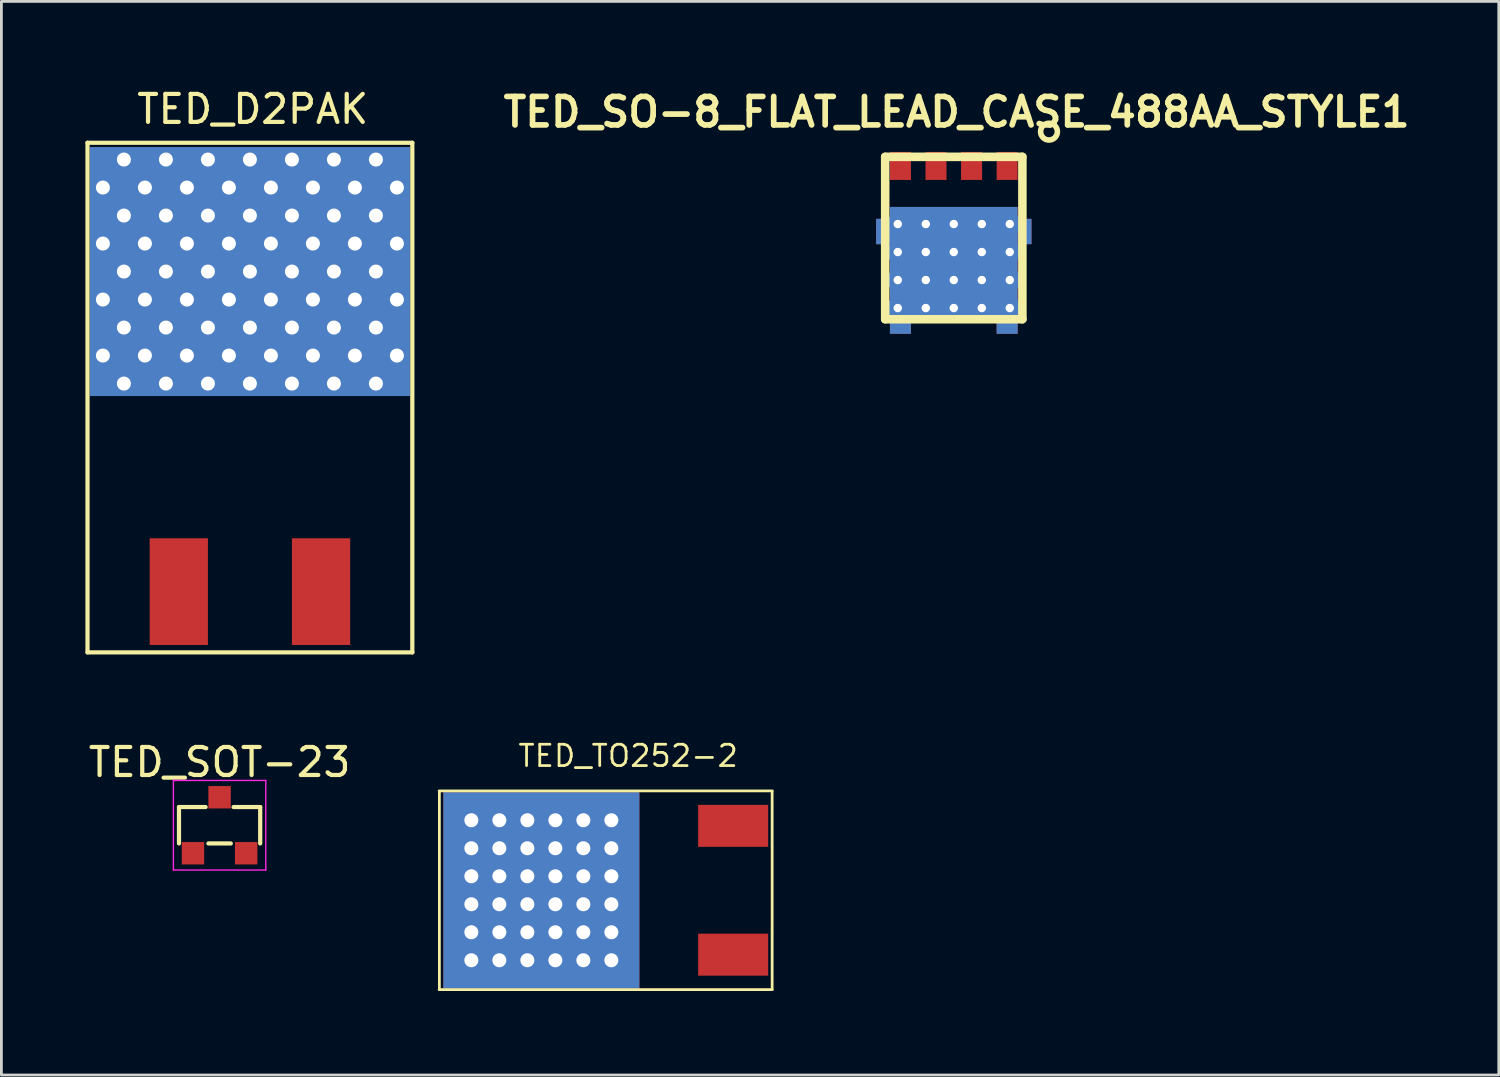
<source format=kicad_pcb>
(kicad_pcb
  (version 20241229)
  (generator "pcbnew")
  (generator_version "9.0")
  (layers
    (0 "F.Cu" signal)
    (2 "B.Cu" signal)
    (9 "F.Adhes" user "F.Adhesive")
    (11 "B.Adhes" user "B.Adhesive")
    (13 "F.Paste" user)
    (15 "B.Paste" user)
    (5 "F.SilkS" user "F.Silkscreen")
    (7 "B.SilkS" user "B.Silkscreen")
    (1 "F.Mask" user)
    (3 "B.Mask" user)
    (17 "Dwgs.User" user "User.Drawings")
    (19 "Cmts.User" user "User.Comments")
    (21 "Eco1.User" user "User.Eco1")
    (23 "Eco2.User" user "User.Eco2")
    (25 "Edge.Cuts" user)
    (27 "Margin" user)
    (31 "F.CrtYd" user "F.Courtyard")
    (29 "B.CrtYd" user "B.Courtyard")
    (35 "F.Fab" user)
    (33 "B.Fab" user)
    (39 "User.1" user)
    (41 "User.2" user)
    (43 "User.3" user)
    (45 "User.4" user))
  (footprint "TED_SO-8_FLAT_LEAD_CASE_488AA_STYLE1"
    (layer "F.Cu")
    (at 31.012 5.451)
    (property "Reference" "TED_SO-8_FLAT_LEAD_CASE_488AA_STYLE1" (at 0.1 -4.5 0) (layer "F.SilkS") (effects (font (size 1.016 1.016) (thickness 0.203))))
    (attr through_hole)
    (fp_line (start -2.45 -2.9) (end -2.45 2.9) (stroke (width 0.305) (type solid)) (layer "F.SilkS"))
    (fp_line (start -2.45 -2.9) (end 2.45 -2.9) (stroke (width 0.305) (type solid)) (layer "F.SilkS"))
    (fp_line (start -2.45 2.9) (end 2.45 2.9) (stroke (width 0.305) (type solid)) (layer "F.SilkS"))
    (fp_line (start 2.45 2.9) (end 2.45 -2.9) (stroke (width 0.305) (type solid)) (layer "F.SilkS"))
    (fp_circle (center 3.4 -3.8) (end 3.4 -3.5) (stroke (width 0.2) (type solid)) (fill no) (layer "F.SilkS"))
    (pad "1" smd rect (at -1.905 -2.575) (size 0.75 1) (layers "F.Cu" "F.Mask" "F.Paste"))
    (pad "2" smd rect (at -0.635 -2.575) (size 0.75 1) (layers "F.Cu" "F.Mask" "F.Paste"))
    (pad "2" smd rect (at 0.635 -2.575) (size 0.75 1) (layers "F.Cu" "F.Mask" "F.Paste"))
    (pad "2" smd rect (at 1.905 -2.575) (size 0.75 1) (layers "F.Cu" "F.Mask" "F.Paste"))
    (pad "3" smd rect (at -2.527 -0.233) (size 0.495 0.905) (layers "F.Cu" "F.Mask" "F.Paste"))
    (pad "3" smd rect (at -2.527 -0.233) (size 0.495 0.905) (layers "F.Mask" "B.Cu" "F.Paste"))
    (pad "3" thru_hole circle (at -2 -0.5) (size 0.78 0.78) (drill 0.3) (layers "*.Cu" "*.Mask"))
    (pad "3" thru_hole circle (at -2 0.5) (size 0.78 0.78) (drill 0.3) (layers "*.Cu" "*.Mask"))
    (pad "3" thru_hole circle (at -2 1.5) (size 0.78 0.78) (drill 0.3) (layers "*.Cu" "*.Mask"))
    (pad "3" thru_hole circle (at -2 2.5) (size 0.78 0.78) (drill 0.3) (layers "*.Cu" "*.Mask"))
    (pad "3" smd rect (at -1.905 3.183) (size 0.75 0.475) (layers "F.Cu" "F.Mask" "F.Paste"))
    (pad "3" smd rect (at -1.905 3.183) (size 0.75 0.475) (layers "F.Mask" "B.Cu" "F.Paste"))
    (pad "3" thru_hole circle (at -1 -0.5) (size 0.78 0.78) (drill 0.3) (layers "*.Cu" "*.Mask"))
    (pad "3" thru_hole circle (at -1 0.5) (size 0.78 0.78) (drill 0.3) (layers "*.Cu" "*.Mask"))
    (pad "3" thru_hole circle (at -1 1.5) (size 0.78 0.78) (drill 0.3) (layers "*.Cu" "*.Mask"))
    (pad "3" thru_hole circle (at -1 2.5) (size 0.78 0.78) (drill 0.3) (layers "*.Cu" "*.Mask"))
    (pad "3" thru_hole circle (at 0 -0.5) (size 0.78 0.78) (drill 0.3) (layers "*.Cu" "*.Mask"))
    (pad "3" thru_hole circle (at 0 0.5) (size 0.78 0.78) (drill 0.3) (layers "*.Cu" "*.Mask"))
    (pad "3" smd rect (at 0 0.917) (size 4.56 4.055) (layers "F.Cu" "F.Mask" "F.Paste"))
    (pad "3" smd rect (at 0 0.917) (size 4.56 4.055) (layers "B.Cu" "B.Mask" "B.Paste"))
    (pad "3" thru_hole circle (at 0 1.5) (size 0.78 0.78) (drill 0.3) (layers "*.Cu" "*.Mask"))
    (pad "3" thru_hole circle (at 0 2.5) (size 0.78 0.78) (drill 0.3) (layers "*.Cu" "*.Mask"))
    (pad "3" thru_hole circle (at 1 -0.5) (size 0.78 0.78) (drill 0.3) (layers "*.Cu" "*.Mask"))
    (pad "3" thru_hole circle (at 1 0.5) (size 0.78 0.78) (drill 0.3) (layers "*.Cu" "*.Mask"))
    (pad "3" thru_hole circle (at 1 1.5) (size 0.78 0.78) (drill 0.3) (layers "*.Cu" "*.Mask"))
    (pad "3" thru_hole circle (at 1 2.5) (size 0.78 0.78) (drill 0.3) (layers "*.Cu" "*.Mask"))
    (pad "3" smd rect (at 1.905 3.183) (size 0.75 0.475) (layers "F.Cu" "F.Mask" "F.Paste"))
    (pad "3" smd rect (at 1.905 3.183) (size 0.75 0.475) (layers "F.Mask" "B.Cu" "F.Paste"))
    (pad "3" thru_hole circle (at 2 -0.5) (size 0.78 0.78) (drill 0.3) (layers "*.Cu" "*.Mask"))
    (pad "3" thru_hole circle (at 2 0.5) (size 0.78 0.78) (drill 0.3) (layers "*.Cu" "*.Mask"))
    (pad "3" thru_hole circle (at 2 1.5) (size 0.78 0.78) (drill 0.3) (layers "*.Cu" "*.Mask"))
    (pad "3" thru_hole circle (at 2 2.5) (size 0.78 0.78) (drill 0.3) (layers "*.Cu" "*.Mask"))
    (pad "3" smd rect (at 2.527 -0.233) (size 0.495 0.905) (layers "F.Cu" "F.Mask" "F.Paste"))
    (pad "3" smd rect (at 2.527 -0.233) (size 0.495 0.905) (layers "F.Mask" "B.Cu" "F.Paste")))
  (footprint "TED_D2PAK"
    (layer "F.Cu")
    (at 5.875 6.648)
    (property "Reference" "TED_D2PAK" (at 0.1 -5.8 0) (layer "F.SilkS") (effects (font (size 1 1) (thickness 0.15))))
    (attr smd)
    (fp_line (start -5.8 -4.6) (end -5.8 13.6) (stroke (width 0.15) (type solid)) (layer "F.SilkS"))
    (fp_line (start -5.8 -4.6) (end 5.8 -4.6) (stroke (width 0.15) (type solid)) (layer "F.SilkS"))
    (fp_line (start 5.8 -4.6) (end 5.8 13.6) (stroke (width 0.15) (type solid)) (layer "F.SilkS"))
    (fp_line (start 5.8 13.6) (end -5.8 13.6) (stroke (width 0.15) (type solid)) (layer "F.SilkS"))
    (pad "1" smd rect (at -2.54 11.43) (size 2.08 3.81) (layers "F.Cu" "F.Mask" "F.Paste"))
    (pad "2" thru_hole circle (at -5.25 -3) (size 0.6 0.6) (drill 0.5) (layers "*.Cu"))
    (pad "2" thru_hole circle (at -5.25 -1) (size 0.6 0.6) (drill 0.5) (layers "*.Cu"))
    (pad "2" thru_hole circle (at -5.25 1) (size 0.6 0.6) (drill 0.5) (layers "*.Cu"))
    (pad "2" thru_hole circle (at -5.25 3) (size 0.6 0.6) (drill 0.5) (layers "*.Cu"))
    (pad "2" thru_hole circle (at -4.5 -4) (size 0.6 0.6) (drill 0.5) (layers "*.Cu"))
    (pad "2" thru_hole circle (at -4.5 -2) (size 0.6 0.6) (drill 0.5) (layers "*.Cu"))
    (pad "2" thru_hole circle (at -4.5 0) (size 0.6 0.6) (drill 0.5) (layers "*.Cu"))
    (pad "2" thru_hole circle (at -4.5 2) (size 0.6 0.6) (drill 0.5) (layers "*.Cu"))
    (pad "2" thru_hole circle (at -4.5 4) (size 0.6 0.6) (drill 0.5) (layers "*.Cu"))
    (pad "2" thru_hole circle (at -3.75 -3) (size 0.6 0.6) (drill 0.5) (layers "*.Cu"))
    (pad "2" thru_hole circle (at -3.75 -1) (size 0.6 0.6) (drill 0.5) (layers "*.Cu"))
    (pad "2" thru_hole circle (at -3.75 1) (size 0.6 0.6) (drill 0.5) (layers "*.Cu"))
    (pad "2" thru_hole circle (at -3.75 3) (size 0.6 0.6) (drill 0.5) (layers "*.Cu"))
    (pad "2" thru_hole circle (at -3 -4) (size 0.6 0.6) (drill 0.5) (layers "*.Cu"))
    (pad "2" thru_hole circle (at -3 -2) (size 0.6 0.6) (drill 0.5) (layers "*.Cu"))
    (pad "2" thru_hole circle (at -3 0) (size 0.6 0.6) (drill 0.5) (layers "*.Cu"))
    (pad "2" thru_hole circle (at -3 2) (size 0.6 0.6) (drill 0.5) (layers "*.Cu"))
    (pad "2" thru_hole circle (at -3 4) (size 0.6 0.6) (drill 0.5) (layers "*.Cu"))
    (pad "2" thru_hole circle (at -2.25 -3) (size 0.6 0.6) (drill 0.5) (layers "*.Cu"))
    (pad "2" thru_hole circle (at -2.25 -1) (size 0.6 0.6) (drill 0.5) (layers "*.Cu"))
    (pad "2" thru_hole circle (at -2.25 1) (size 0.6 0.6) (drill 0.5) (layers "*.Cu"))
    (pad "2" thru_hole circle (at -2.25 3) (size 0.6 0.6) (drill 0.5) (layers "*.Cu"))
    (pad "2" thru_hole circle (at -1.5 -4) (size 0.6 0.6) (drill 0.5) (layers "*.Cu"))
    (pad "2" thru_hole circle (at -1.5 -2) (size 0.6 0.6) (drill 0.5) (layers "*.Cu"))
    (pad "2" thru_hole circle (at -1.5 0) (size 0.6 0.6) (drill 0.5) (layers "*.Cu"))
    (pad "2" thru_hole circle (at -1.5 2) (size 0.6 0.6) (drill 0.5) (layers "*.Cu"))
    (pad "2" thru_hole circle (at -1.5 4) (size 0.6 0.6) (drill 0.5) (layers "*.Cu"))
    (pad "2" thru_hole circle (at -0.75 -3) (size 0.6 0.6) (drill 0.5) (layers "*.Cu"))
    (pad "2" thru_hole circle (at -0.75 -1) (size 0.6 0.6) (drill 0.5) (layers "*.Cu"))
    (pad "2" thru_hole circle (at -0.75 1) (size 0.6 0.6) (drill 0.5) (layers "*.Cu"))
    (pad "2" thru_hole circle (at -0.75 3) (size 0.6 0.6) (drill 0.5) (layers "*.Cu"))
    (pad "2" thru_hole circle (at 0 -4) (size 0.6 0.6) (drill 0.5) (layers "*.Cu"))
    (pad "2" thru_hole circle (at 0 -2) (size 0.6 0.6) (drill 0.5) (layers "*.Cu"))
    (pad "2" thru_hole circle (at 0 0) (size 0.6 0.6) (drill 0.5) (layers "*.Cu"))
    (pad "2" smd rect (at 0 0) (size 11.43 8.89) (layers "F.Cu" "F.Mask" "F.Paste"))
    (pad "2" smd rect (at 0 0) (size 11.43 8.89) (layers "B.Cu"))
    (pad "2" thru_hole circle (at 0 2) (size 0.6 0.6) (drill 0.5) (layers "*.Cu"))
    (pad "2" thru_hole circle (at 0 4) (size 0.6 0.6) (drill 0.5) (layers "*.Cu"))
    (pad "2" thru_hole circle (at 0.75 -3) (size 0.6 0.6) (drill 0.5) (layers "*.Cu"))
    (pad "2" thru_hole circle (at 0.75 -1) (size 0.6 0.6) (drill 0.5) (layers "*.Cu"))
    (pad "2" thru_hole circle (at 0.75 1) (size 0.6 0.6) (drill 0.5) (layers "*.Cu"))
    (pad "2" thru_hole circle (at 0.75 3) (size 0.6 0.6) (drill 0.5) (layers "*.Cu"))
    (pad "2" thru_hole circle (at 1.5 -4) (size 0.6 0.6) (drill 0.5) (layers "*.Cu"))
    (pad "2" thru_hole circle (at 1.5 -2) (size 0.6 0.6) (drill 0.5) (layers "*.Cu"))
    (pad "2" thru_hole circle (at 1.5 0) (size 0.6 0.6) (drill 0.5) (layers "*.Cu"))
    (pad "2" thru_hole circle (at 1.5 2) (size 0.6 0.6) (drill 0.5) (layers "*.Cu"))
    (pad "2" thru_hole circle (at 1.5 4) (size 0.6 0.6) (drill 0.5) (layers "*.Cu"))
    (pad "2" thru_hole circle (at 2.25 -3) (size 0.6 0.6) (drill 0.5) (layers "*.Cu"))
    (pad "2" thru_hole circle (at 2.25 -1) (size 0.6 0.6) (drill 0.5) (layers "*.Cu"))
    (pad "2" thru_hole circle (at 2.25 1) (size 0.6 0.6) (drill 0.5) (layers "*.Cu"))
    (pad "2" thru_hole circle (at 2.25 3) (size 0.6 0.6) (drill 0.5) (layers "*.Cu"))
    (pad "2" thru_hole circle (at 3 -4) (size 0.6 0.6) (drill 0.5) (layers "*.Cu"))
    (pad "2" thru_hole circle (at 3 -2) (size 0.6 0.6) (drill 0.5) (layers "*.Cu"))
    (pad "2" thru_hole circle (at 3 0) (size 0.6 0.6) (drill 0.5) (layers "*.Cu"))
    (pad "2" thru_hole circle (at 3 2) (size 0.6 0.6) (drill 0.5) (layers "*.Cu"))
    (pad "2" thru_hole circle (at 3 4) (size 0.6 0.6) (drill 0.5) (layers "*.Cu"))
    (pad "2" thru_hole circle (at 3.75 -3) (size 0.6 0.6) (drill 0.5) (layers "*.Cu"))
    (pad "2" thru_hole circle (at 3.75 -1) (size 0.6 0.6) (drill 0.5) (layers "*.Cu"))
    (pad "2" thru_hole circle (at 3.75 1) (size 0.6 0.6) (drill 0.5) (layers "*.Cu"))
    (pad "2" thru_hole circle (at 3.75 3) (size 0.6 0.6) (drill 0.5) (layers "*.Cu"))
    (pad "2" thru_hole circle (at 4.5 -4) (size 0.6 0.6) (drill 0.5) (layers "*.Cu"))
    (pad "2" thru_hole circle (at 4.5 -2) (size 0.6 0.6) (drill 0.5) (layers "*.Cu"))
    (pad "2" thru_hole circle (at 4.5 0) (size 0.6 0.6) (drill 0.5) (layers "*.Cu"))
    (pad "2" thru_hole circle (at 4.5 2) (size 0.6 0.6) (drill 0.5) (layers "*.Cu"))
    (pad "2" thru_hole circle (at 4.5 4) (size 0.6 0.6) (drill 0.5) (layers "*.Cu"))
    (pad "2" thru_hole circle (at 5.25 -3) (size 0.6 0.6) (drill 0.5) (layers "*.Cu"))
    (pad "2" thru_hole circle (at 5.25 -1) (size 0.6 0.6) (drill 0.5) (layers "*.Cu"))
    (pad "2" thru_hole circle (at 5.25 1) (size 0.6 0.6) (drill 0.5) (layers "*.Cu"))
    (pad "2" thru_hole circle (at 5.25 3) (size 0.6 0.6) (drill 0.5) (layers "*.Cu"))
    (pad "3" smd rect (at 2.54 11.43) (size 2.08 3.81) (layers "F.Cu" "F.Mask" "F.Paste")))
  (footprint "TED_SOT-23"
    (layer "F.Cu")
    (at 4.792 26.422)
    (property "Reference" "TED_SOT-23" (at 0 -2.25 0) (layer "F.SilkS") (effects (font (size 1 1) (thickness 0.15))))
    (attr smd)
    (fp_line (start -1.45 -0.65) (end -0.5 -0.65) (stroke (width 0.15) (type solid)) (layer "F.SilkS"))
    (fp_line (start -1.45 0.65) (end -1.45 -0.65) (stroke (width 0.15) (type solid)) (layer "F.SilkS"))
    (fp_line (start -0.4 0.65) (end 0.4 0.65) (stroke (width 0.15) (type solid)) (layer "F.SilkS"))
    (fp_line (start 0.5 -0.65) (end 1.45 -0.65) (stroke (width 0.15) (type solid)) (layer "F.SilkS"))
    (fp_line (start 1.45 -0.65) (end 1.45 0.65) (stroke (width 0.15) (type solid)) (layer "F.SilkS"))
    (fp_line (start -1.65 -1.6) (end 1.65 -1.6) (stroke (width 0.05) (type solid)) (layer "F.CrtYd"))
    (fp_line (start -1.65 1.6) (end -1.65 -1.6) (stroke (width 0.05) (type solid)) (layer "F.CrtYd"))
    (fp_line (start 1.65 -1.6) (end 1.65 1.6) (stroke (width 0.05) (type solid)) (layer "F.CrtYd"))
    (fp_line (start 1.65 1.6) (end -1.65 1.6) (stroke (width 0.05) (type solid)) (layer "F.CrtYd"))
    (pad "1" smd rect (at -0.95 1) (size 0.8 0.8) (layers "F.Cu" "F.Mask" "F.Paste"))
    (pad "2" smd rect (at 0.95 1) (size 0.8 0.8) (layers "F.Cu" "F.Mask" "F.Paste"))
    (pad "3" smd rect (at 0 -1) (size 0.8 0.8) (layers "F.Cu" "F.Mask" "F.Paste")))
  (footprint "TED_TO252-2"
    (layer "F.Cu")
    (at 19.283 28.743)
    (property "Reference" "TED_TO252-2" (at 0.1 -4.8 0) (layer "F.SilkS") (effects (font (size 0.762 0.762) (thickness 0.099))))
    (attr through_hole)
    (fp_line (start -6.65 -3.548) (end 5.25 -3.548) (stroke (width 0.099) (type solid)) (layer "F.SilkS"))
    (fp_line (start -6.642 3.5) (end -6.642 -3.5) (stroke (width 0.099) (type solid)) (layer "F.SilkS"))
    (fp_line (start 5.242 -3.5) (end 5.242 3.5) (stroke (width 0.099) (type solid)) (layer "F.SilkS"))
    (fp_line (start 5.25 3.548) (end -6.65 3.548) (stroke (width 0.099) (type solid)) (layer "F.SilkS"))
    (pad "1" smd rect (at 3.85 2.3) (size 2.5 1.5) (layers "F.Cu" "F.Mask" "F.Paste"))
    (pad "2" thru_hole circle (at -5.5 -2.5) (size 0.5 0.5) (drill 0.5) (layers "*.Cu"))
    (pad "2" thru_hole circle (at -5.5 -1.5) (size 0.5 0.5) (drill 0.5) (layers "*.Cu"))
    (pad "2" thru_hole circle (at -5.5 -0.5) (size 0.5 0.5) (drill 0.5) (layers "*.Cu"))
    (pad "2" thru_hole circle (at -5.5 0.5) (size 0.5 0.5) (drill 0.5) (layers "*.Cu"))
    (pad "2" thru_hole circle (at -5.5 1.5) (size 0.5 0.5) (drill 0.5) (layers "*.Cu"))
    (pad "2" thru_hole circle (at -5.5 2.5) (size 0.5 0.5) (drill 0.5) (layers "*.Cu"))
    (pad "2" thru_hole circle (at -4.5 -2.5) (size 0.5 0.5) (drill 0.5) (layers "*.Cu"))
    (pad "2" thru_hole circle (at -4.5 -1.5) (size 0.5 0.5) (drill 0.5) (layers "*.Cu"))
    (pad "2" thru_hole circle (at -4.5 -0.5) (size 0.5 0.5) (drill 0.5) (layers "*.Cu"))
    (pad "2" thru_hole circle (at -4.5 0.5) (size 0.5 0.5) (drill 0.5) (layers "*.Cu"))
    (pad "2" thru_hole circle (at -4.5 1.5) (size 0.5 0.5) (drill 0.5) (layers "*.Cu"))
    (pad "2" thru_hole circle (at -4.5 2.5) (size 0.5 0.5) (drill 0.5) (layers "*.Cu"))
    (pad "2" thru_hole circle (at -3.5 -2.5) (size 0.5 0.5) (drill 0.5) (layers "*.Cu"))
    (pad "2" thru_hole circle (at -3.5 -1.5) (size 0.5 0.5) (drill 0.5) (layers "*.Cu"))
    (pad "2" thru_hole circle (at -3.5 -0.5) (size 0.5 0.5) (drill 0.5) (layers "*.Cu"))
    (pad "2" thru_hole circle (at -3.5 0.5) (size 0.5 0.5) (drill 0.5) (layers "*.Cu"))
    (pad "2" thru_hole circle (at -3.5 1.5) (size 0.5 0.5) (drill 0.5) (layers "*.Cu"))
    (pad "2" thru_hole circle (at -3.5 2.5) (size 0.5 0.5) (drill 0.5) (layers "*.Cu"))
    (pad "2" smd rect (at -3 0) (size 7 7) (layers "F.Cu" "F.Mask" "F.Paste"))
    (pad "2" smd rect (at -3 0) (size 7 7) (layers "B.Cu"))
    (pad "2" thru_hole circle (at -2.5 -2.5) (size 0.5 0.5) (drill 0.5) (layers "*.Cu"))
    (pad "2" thru_hole circle (at -2.5 -1.5) (size 0.5 0.5) (drill 0.5) (layers "*.Cu"))
    (pad "2" thru_hole circle (at -2.5 -0.5) (size 0.5 0.5) (drill 0.5) (layers "*.Cu"))
    (pad "2" thru_hole circle (at -2.5 0.5) (size 0.5 0.5) (drill 0.5) (layers "*.Cu"))
    (pad "2" thru_hole circle (at -2.5 1.5) (size 0.5 0.5) (drill 0.5) (layers "*.Cu"))
    (pad "2" thru_hole circle (at -2.5 2.5) (size 0.5 0.5) (drill 0.5) (layers "*.Cu"))
    (pad "2" thru_hole circle (at -1.5 -2.5) (size 0.5 0.5) (drill 0.5) (layers "*.Cu"))
    (pad "2" thru_hole circle (at -1.5 -1.5) (size 0.5 0.5) (drill 0.5) (layers "*.Cu"))
    (pad "2" thru_hole circle (at -1.5 -0.5) (size 0.5 0.5) (drill 0.5) (layers "*.Cu"))
    (pad "2" thru_hole circle (at -1.5 0.5) (size 0.5 0.5) (drill 0.5) (layers "*.Cu"))
    (pad "2" thru_hole circle (at -1.5 1.5) (size 0.5 0.5) (drill 0.5) (layers "*.Cu"))
    (pad "2" thru_hole circle (at -1.5 2.5) (size 0.5 0.5) (drill 0.5) (layers "*.Cu"))
    (pad "2" thru_hole circle (at -0.5 -2.5) (size 0.5 0.5) (drill 0.5) (layers "*.Cu"))
    (pad "2" thru_hole circle (at -0.5 -1.5) (size 0.5 0.5) (drill 0.5) (layers "*.Cu"))
    (pad "2" thru_hole circle (at -0.5 -0.5) (size 0.5 0.5) (drill 0.5) (layers "*.Cu"))
    (pad "2" thru_hole circle (at -0.5 0.5) (size 0.5 0.5) (drill 0.5) (layers "*.Cu"))
    (pad "2" thru_hole circle (at -0.5 1.5) (size 0.5 0.5) (drill 0.5) (layers "*.Cu"))
    (pad "2" thru_hole circle (at -0.5 2.5) (size 0.5 0.5) (drill 0.5) (layers "*.Cu"))
    (pad "3" smd rect (at 3.85 -2.3) (size 2.5 1.5) (layers "F.Cu" "F.Mask" "F.Paste")))
  (gr_rect
    (start -3 -3)
    (end 50.475 35.34)
    (stroke (width 0.1) (type default))
    (fill no)
    (layer "Edge.Cuts")))
</source>
